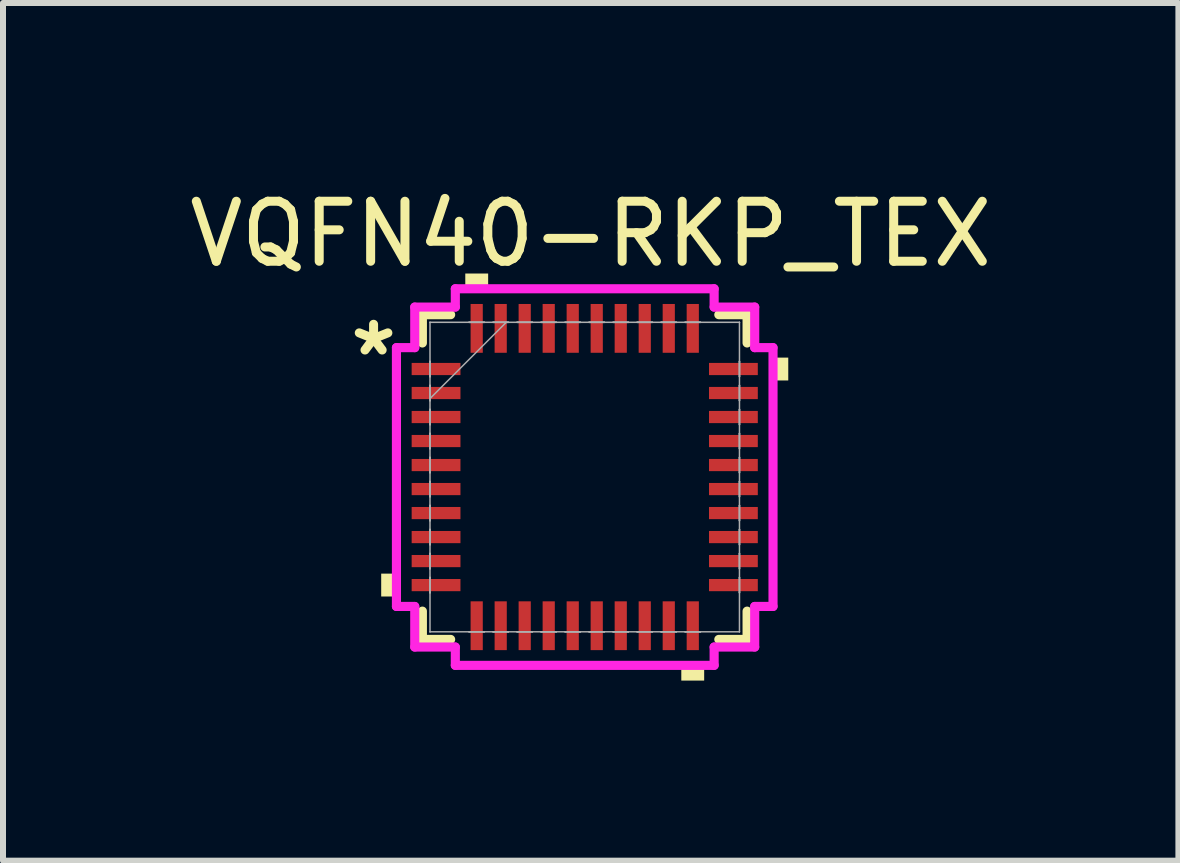
<source format=kicad_pcb>
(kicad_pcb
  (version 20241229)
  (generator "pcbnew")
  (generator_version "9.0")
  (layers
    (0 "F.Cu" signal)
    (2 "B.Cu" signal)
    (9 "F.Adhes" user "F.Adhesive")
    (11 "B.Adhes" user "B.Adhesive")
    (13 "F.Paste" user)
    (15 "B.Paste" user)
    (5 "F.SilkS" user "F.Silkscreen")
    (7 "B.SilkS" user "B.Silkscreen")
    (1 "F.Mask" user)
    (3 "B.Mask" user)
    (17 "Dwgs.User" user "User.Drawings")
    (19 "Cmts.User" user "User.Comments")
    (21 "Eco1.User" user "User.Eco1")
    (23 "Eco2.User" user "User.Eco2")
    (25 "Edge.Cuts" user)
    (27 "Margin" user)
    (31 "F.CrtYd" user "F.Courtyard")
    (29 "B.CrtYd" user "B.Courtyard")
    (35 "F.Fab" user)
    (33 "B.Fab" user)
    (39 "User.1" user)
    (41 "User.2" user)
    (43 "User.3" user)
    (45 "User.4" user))
  (footprint "VQFN40-RKP_TEX"
    (layer "F.Cu")
    (at 6.692 4.898)
    (property "Reference" "VQFN40-RKP_TEX" (at 0.1 -4.05 0) (unlocked yes) (layer "F.SilkS") (effects (font (size 1 1) (thickness 0.15))))
    (attr smd)
    (fp_line (start -2.705 -2.705) (end -2.234 -2.705) (stroke (width 0.152) (type solid)) (layer "F.SilkS"))
    (fp_line (start -2.705 -2.234) (end -2.705 -2.705) (stroke (width 0.152) (type solid)) (layer "F.SilkS"))
    (fp_line (start -2.705 2.705) (end -2.705 2.234) (stroke (width 0.152) (type solid)) (layer "F.SilkS"))
    (fp_line (start -2.234 2.705) (end -2.705 2.705) (stroke (width 0.152) (type solid)) (layer "F.SilkS"))
    (fp_line (start 2.234 -2.705) (end 2.705 -2.705) (stroke (width 0.152) (type solid)) (layer "F.SilkS"))
    (fp_line (start 2.705 -2.705) (end 2.705 -2.234) (stroke (width 0.152) (type solid)) (layer "F.SilkS"))
    (fp_line (start 2.705 2.234) (end 2.705 2.705) (stroke (width 0.152) (type solid)) (layer "F.SilkS"))
    (fp_line (start 2.705 2.705) (end 2.234 2.705) (stroke (width 0.152) (type solid)) (layer "F.SilkS"))
    (fp_poly (pts (xy -3.391 1.609) (xy -3.391 1.99) (xy -3.137 1.99) (xy -3.137 1.609)) (stroke (width 0) (type solid)) (fill yes) (layer "F.SilkS"))
    (fp_poly (pts (xy -1.99 -3.137) (xy -1.99 -3.391) (xy -1.609 -3.391) (xy -1.609 -3.137)) (stroke (width 0) (type solid)) (fill yes) (layer "F.SilkS"))
    (fp_poly (pts (xy 1.609 3.137) (xy 1.609 3.391) (xy 1.99 3.391) (xy 1.99 3.137)) (stroke (width 0) (type solid)) (fill yes) (layer "F.SilkS"))
    (fp_poly (pts (xy 3.391 -1.99) (xy 3.391 -1.609) (xy 3.137 -1.609) (xy 3.137 -1.99)) (stroke (width 0) (type solid)) (fill yes) (layer "F.SilkS"))
    (fp_line (start -3.137 -2.156) (end -3.137 2.156) (stroke (width 0.152) (type solid)) (layer "F.CrtYd"))
    (fp_line (start -3.137 2.156) (end -2.832 2.156) (stroke (width 0.152) (type solid)) (layer "F.CrtYd"))
    (fp_line (start -2.832 -2.832) (end -2.832 -2.156) (stroke (width 0.152) (type solid)) (layer "F.CrtYd"))
    (fp_line (start -2.832 -2.156) (end -3.137 -2.156) (stroke (width 0.152) (type solid)) (layer "F.CrtYd"))
    (fp_line (start -2.832 2.156) (end -2.832 2.832) (stroke (width 0.152) (type solid)) (layer "F.CrtYd"))
    (fp_line (start -2.832 2.832) (end -2.156 2.832) (stroke (width 0.152) (type solid)) (layer "F.CrtYd"))
    (fp_line (start -2.156 -3.137) (end -2.156 -2.832) (stroke (width 0.152) (type solid)) (layer "F.CrtYd"))
    (fp_line (start -2.156 -2.832) (end -2.832 -2.832) (stroke (width 0.152) (type solid)) (layer "F.CrtYd"))
    (fp_line (start -2.156 2.832) (end -2.156 3.137) (stroke (width 0.152) (type solid)) (layer "F.CrtYd"))
    (fp_line (start -2.156 3.137) (end 2.156 3.137) (stroke (width 0.152) (type solid)) (layer "F.CrtYd"))
    (fp_line (start 2.156 -3.137) (end -2.156 -3.137) (stroke (width 0.152) (type solid)) (layer "F.CrtYd"))
    (fp_line (start 2.156 -2.832) (end 2.156 -3.137) (stroke (width 0.152) (type solid)) (layer "F.CrtYd"))
    (fp_line (start 2.156 2.832) (end 2.832 2.832) (stroke (width 0.152) (type solid)) (layer "F.CrtYd"))
    (fp_line (start 2.156 3.137) (end 2.156 2.832) (stroke (width 0.152) (type solid)) (layer "F.CrtYd"))
    (fp_line (start 2.832 -2.832) (end 2.156 -2.832) (stroke (width 0.152) (type solid)) (layer "F.CrtYd"))
    (fp_line (start 2.832 -2.156) (end 2.832 -2.832) (stroke (width 0.152) (type solid)) (layer "F.CrtYd"))
    (fp_line (start 2.832 2.156) (end 3.137 2.156) (stroke (width 0.152) (type solid)) (layer "F.CrtYd"))
    (fp_line (start 2.832 2.832) (end 2.832 2.156) (stroke (width 0.152) (type solid)) (layer "F.CrtYd"))
    (fp_line (start 3.137 -2.156) (end 2.832 -2.156) (stroke (width 0.152) (type solid)) (layer "F.CrtYd"))
    (fp_line (start 3.137 2.156) (end 3.137 -2.156) (stroke (width 0.152) (type solid)) (layer "F.CrtYd"))
    (fp_line (start -2.578 -2.578) (end -2.578 -2.578) (stroke (width 0.025) (type solid)) (layer "F.Fab"))
    (fp_line (start -2.578 -2.578) (end 2.578 -2.578) (stroke (width 0.025) (type solid)) (layer "F.Fab"))
    (fp_line (start -2.578 -1.927) (end -2.578 -1.927) (stroke (width 0.025) (type solid)) (layer "F.Fab"))
    (fp_line (start -2.578 -1.927) (end -2.578 -1.673) (stroke (width 0.025) (type solid)) (layer "F.Fab"))
    (fp_line (start -2.578 -1.673) (end -2.578 -1.927) (stroke (width 0.025) (type solid)) (layer "F.Fab"))
    (fp_line (start -2.578 -1.673) (end -2.578 -1.673) (stroke (width 0.025) (type solid)) (layer "F.Fab"))
    (fp_line (start -2.578 -1.527) (end -2.578 -1.527) (stroke (width 0.025) (type solid)) (layer "F.Fab"))
    (fp_line (start -2.578 -1.527) (end -2.578 -1.273) (stroke (width 0.025) (type solid)) (layer "F.Fab"))
    (fp_line (start -2.578 -1.273) (end -2.578 -1.527) (stroke (width 0.025) (type solid)) (layer "F.Fab"))
    (fp_line (start -2.578 -1.273) (end -2.578 -1.273) (stroke (width 0.025) (type solid)) (layer "F.Fab"))
    (fp_line (start -2.578 -1.127) (end -2.578 -1.127) (stroke (width 0.025) (type solid)) (layer "F.Fab"))
    (fp_line (start -2.578 -1.127) (end -2.578 -0.873) (stroke (width 0.025) (type solid)) (layer "F.Fab"))
    (fp_line (start -2.578 -0.873) (end -2.578 -1.127) (stroke (width 0.025) (type solid)) (layer "F.Fab"))
    (fp_line (start -2.578 -0.873) (end -2.578 -0.873) (stroke (width 0.025) (type solid)) (layer "F.Fab"))
    (fp_line (start -2.578 -0.727) (end -2.578 -0.727) (stroke (width 0.025) (type solid)) (layer "F.Fab"))
    (fp_line (start -2.578 -0.727) (end -2.578 -0.473) (stroke (width 0.025) (type solid)) (layer "F.Fab"))
    (fp_line (start -2.578 -0.473) (end -2.578 -0.727) (stroke (width 0.025) (type solid)) (layer "F.Fab"))
    (fp_line (start -2.578 -0.473) (end -2.578 -0.473) (stroke (width 0.025) (type solid)) (layer "F.Fab"))
    (fp_line (start -2.578 -0.327) (end -2.578 -0.327) (stroke (width 0.025) (type solid)) (layer "F.Fab"))
    (fp_line (start -2.578 -0.327) (end -2.578 -0.073) (stroke (width 0.025) (type solid)) (layer "F.Fab"))
    (fp_line (start -2.578 -0.073) (end -2.578 -0.327) (stroke (width 0.025) (type solid)) (layer "F.Fab"))
    (fp_line (start -2.578 -0.073) (end -2.578 -0.073) (stroke (width 0.025) (type solid)) (layer "F.Fab"))
    (fp_line (start -2.578 0.073) (end -2.578 0.073) (stroke (width 0.025) (type solid)) (layer "F.Fab"))
    (fp_line (start -2.578 0.073) (end -2.578 0.327) (stroke (width 0.025) (type solid)) (layer "F.Fab"))
    (fp_line (start -2.578 0.327) (end -2.578 0.073) (stroke (width 0.025) (type solid)) (layer "F.Fab"))
    (fp_line (start -2.578 0.327) (end -2.578 0.327) (stroke (width 0.025) (type solid)) (layer "F.Fab"))
    (fp_line (start -2.578 0.473) (end -2.578 0.473) (stroke (width 0.025) (type solid)) (layer "F.Fab"))
    (fp_line (start -2.578 0.473) (end -2.578 0.727) (stroke (width 0.025) (type solid)) (layer "F.Fab"))
    (fp_line (start -2.578 0.727) (end -2.578 0.473) (stroke (width 0.025) (type solid)) (layer "F.Fab"))
    (fp_line (start -2.578 0.727) (end -2.578 0.727) (stroke (width 0.025) (type solid)) (layer "F.Fab"))
    (fp_line (start -2.578 0.873) (end -2.578 0.873) (stroke (width 0.025) (type solid)) (layer "F.Fab"))
    (fp_line (start -2.578 0.873) (end -2.578 1.127) (stroke (width 0.025) (type solid)) (layer "F.Fab"))
    (fp_line (start -2.578 1.127) (end -2.578 0.873) (stroke (width 0.025) (type solid)) (layer "F.Fab"))
    (fp_line (start -2.578 1.127) (end -2.578 1.127) (stroke (width 0.025) (type solid)) (layer "F.Fab"))
    (fp_line (start -2.578 1.273) (end -2.578 1.273) (stroke (width 0.025) (type solid)) (layer "F.Fab"))
    (fp_line (start -2.578 1.273) (end -2.578 1.527) (stroke (width 0.025) (type solid)) (layer "F.Fab"))
    (fp_line (start -2.578 1.527) (end -2.578 1.273) (stroke (width 0.025) (type solid)) (layer "F.Fab"))
    (fp_line (start -2.578 1.527) (end -2.578 1.527) (stroke (width 0.025) (type solid)) (layer "F.Fab"))
    (fp_line (start -2.578 1.673) (end -2.578 1.673) (stroke (width 0.025) (type solid)) (layer "F.Fab"))
    (fp_line (start -2.578 1.673) (end -2.578 1.927) (stroke (width 0.025) (type solid)) (layer "F.Fab"))
    (fp_line (start -2.578 1.927) (end -2.578 1.673) (stroke (width 0.025) (type solid)) (layer "F.Fab"))
    (fp_line (start -2.578 1.927) (end -2.578 1.927) (stroke (width 0.025) (type solid)) (layer "F.Fab"))
    (fp_line (start -2.578 2.578) (end -2.578 -2.578) (stroke (width 0.025) (type solid)) (layer "F.Fab"))
    (fp_line (start -2.578 2.578) (end -2.578 2.578) (stroke (width 0.025) (type solid)) (layer "F.Fab"))
    (fp_line (start -1.927 -2.578) (end -1.927 -2.578) (stroke (width 0.025) (type solid)) (layer "F.Fab"))
    (fp_line (start -1.927 -2.578) (end -1.673 -2.578) (stroke (width 0.025) (type solid)) (layer "F.Fab"))
    (fp_line (start -1.927 2.578) (end -1.927 2.578) (stroke (width 0.025) (type solid)) (layer "F.Fab"))
    (fp_line (start -1.927 2.578) (end -1.673 2.578) (stroke (width 0.025) (type solid)) (layer "F.Fab"))
    (fp_line (start -1.673 -2.578) (end -1.927 -2.578) (stroke (width 0.025) (type solid)) (layer "F.Fab"))
    (fp_line (start -1.673 -2.578) (end -1.673 -2.578) (stroke (width 0.025) (type solid)) (layer "F.Fab"))
    (fp_line (start -1.673 2.578) (end -1.927 2.578) (stroke (width 0.025) (type solid)) (layer "F.Fab"))
    (fp_line (start -1.673 2.578) (end -1.673 2.578) (stroke (width 0.025) (type solid)) (layer "F.Fab"))
    (fp_line (start -1.527 -2.578) (end -1.527 -2.578) (stroke (width 0.025) (type solid)) (layer "F.Fab"))
    (fp_line (start -1.527 -2.578) (end -1.273 -2.578) (stroke (width 0.025) (type solid)) (layer "F.Fab"))
    (fp_line (start -1.527 2.578) (end -1.527 2.578) (stroke (width 0.025) (type solid)) (layer "F.Fab"))
    (fp_line (start -1.527 2.578) (end -1.273 2.578) (stroke (width 0.025) (type solid)) (layer "F.Fab"))
    (fp_line (start -1.308 -2.578) (end -2.578 -1.308) (stroke (width 0.025) (type solid)) (layer "F.Fab"))
    (fp_line (start -1.273 -2.578) (end -1.527 -2.578) (stroke (width 0.025) (type solid)) (layer "F.Fab"))
    (fp_line (start -1.273 -2.578) (end -1.273 -2.578) (stroke (width 0.025) (type solid)) (layer "F.Fab"))
    (fp_line (start -1.273 2.578) (end -1.527 2.578) (stroke (width 0.025) (type solid)) (layer "F.Fab"))
    (fp_line (start -1.273 2.578) (end -1.273 2.578) (stroke (width 0.025) (type solid)) (layer "F.Fab"))
    (fp_line (start -1.127 -2.578) (end -1.127 -2.578) (stroke (width 0.025) (type solid)) (layer "F.Fab"))
    (fp_line (start -1.127 -2.578) (end -0.873 -2.578) (stroke (width 0.025) (type solid)) (layer "F.Fab"))
    (fp_line (start -1.127 2.578) (end -1.127 2.578) (stroke (width 0.025) (type solid)) (layer "F.Fab"))
    (fp_line (start -1.127 2.578) (end -0.873 2.578) (stroke (width 0.025) (type solid)) (layer "F.Fab"))
    (fp_line (start -0.873 -2.578) (end -1.127 -2.578) (stroke (width 0.025) (type solid)) (layer "F.Fab"))
    (fp_line (start -0.873 -2.578) (end -0.873 -2.578) (stroke (width 0.025) (type solid)) (layer "F.Fab"))
    (fp_line (start -0.873 2.578) (end -1.127 2.578) (stroke (width 0.025) (type solid)) (layer "F.Fab"))
    (fp_line (start -0.873 2.578) (end -0.873 2.578) (stroke (width 0.025) (type solid)) (layer "F.Fab"))
    (fp_line (start -0.727 -2.578) (end -0.727 -2.578) (stroke (width 0.025) (type solid)) (layer "F.Fab"))
    (fp_line (start -0.727 -2.578) (end -0.473 -2.578) (stroke (width 0.025) (type solid)) (layer "F.Fab"))
    (fp_line (start -0.727 2.578) (end -0.727 2.578) (stroke (width 0.025) (type solid)) (layer "F.Fab"))
    (fp_line (start -0.727 2.578) (end -0.473 2.578) (stroke (width 0.025) (type solid)) (layer "F.Fab"))
    (fp_line (start -0.473 -2.578) (end -0.727 -2.578) (stroke (width 0.025) (type solid)) (layer "F.Fab"))
    (fp_line (start -0.473 -2.578) (end -0.473 -2.578) (stroke (width 0.025) (type solid)) (layer "F.Fab"))
    (fp_line (start -0.473 2.578) (end -0.727 2.578) (stroke (width 0.025) (type solid)) (layer "F.Fab"))
    (fp_line (start -0.473 2.578) (end -0.473 2.578) (stroke (width 0.025) (type solid)) (layer "F.Fab"))
    (fp_line (start -0.327 -2.578) (end -0.327 -2.578) (stroke (width 0.025) (type solid)) (layer "F.Fab"))
    (fp_line (start -0.327 -2.578) (end -0.073 -2.578) (stroke (width 0.025) (type solid)) (layer "F.Fab"))
    (fp_line (start -0.327 2.578) (end -0.327 2.578) (stroke (width 0.025) (type solid)) (layer "F.Fab"))
    (fp_line (start -0.327 2.578) (end -0.073 2.578) (stroke (width 0.025) (type solid)) (layer "F.Fab"))
    (fp_line (start -0.073 -2.578) (end -0.327 -2.578) (stroke (width 0.025) (type solid)) (layer "F.Fab"))
    (fp_line (start -0.073 -2.578) (end -0.073 -2.578) (stroke (width 0.025) (type solid)) (layer "F.Fab"))
    (fp_line (start -0.073 2.578) (end -0.327 2.578) (stroke (width 0.025) (type solid)) (layer "F.Fab"))
    (fp_line (start -0.073 2.578) (end -0.073 2.578) (stroke (width 0.025) (type solid)) (layer "F.Fab"))
    (fp_line (start 0.073 -2.578) (end 0.073 -2.578) (stroke (width 0.025) (type solid)) (layer "F.Fab"))
    (fp_line (start 0.073 -2.578) (end 0.327 -2.578) (stroke (width 0.025) (type solid)) (layer "F.Fab"))
    (fp_line (start 0.073 2.578) (end 0.073 2.578) (stroke (width 0.025) (type solid)) (layer "F.Fab"))
    (fp_line (start 0.073 2.578) (end 0.327 2.578) (stroke (width 0.025) (type solid)) (layer "F.Fab"))
    (fp_line (start 0.327 -2.578) (end 0.073 -2.578) (stroke (width 0.025) (type solid)) (layer "F.Fab"))
    (fp_line (start 0.327 -2.578) (end 0.327 -2.578) (stroke (width 0.025) (type solid)) (layer "F.Fab"))
    (fp_line (start 0.327 2.578) (end 0.073 2.578) (stroke (width 0.025) (type solid)) (layer "F.Fab"))
    (fp_line (start 0.327 2.578) (end 0.327 2.578) (stroke (width 0.025) (type solid)) (layer "F.Fab"))
    (fp_line (start 0.473 -2.578) (end 0.473 -2.578) (stroke (width 0.025) (type solid)) (layer "F.Fab"))
    (fp_line (start 0.473 -2.578) (end 0.727 -2.578) (stroke (width 0.025) (type solid)) (layer "F.Fab"))
    (fp_line (start 0.473 2.578) (end 0.473 2.578) (stroke (width 0.025) (type solid)) (layer "F.Fab"))
    (fp_line (start 0.473 2.578) (end 0.727 2.578) (stroke (width 0.025) (type solid)) (layer "F.Fab"))
    (fp_line (start 0.727 -2.578) (end 0.473 -2.578) (stroke (width 0.025) (type solid)) (layer "F.Fab"))
    (fp_line (start 0.727 -2.578) (end 0.727 -2.578) (stroke (width 0.025) (type solid)) (layer "F.Fab"))
    (fp_line (start 0.727 2.578) (end 0.473 2.578) (stroke (width 0.025) (type solid)) (layer "F.Fab"))
    (fp_line (start 0.727 2.578) (end 0.727 2.578) (stroke (width 0.025) (type solid)) (layer "F.Fab"))
    (fp_line (start 0.873 -2.578) (end 0.873 -2.578) (stroke (width 0.025) (type solid)) (layer "F.Fab"))
    (fp_line (start 0.873 -2.578) (end 1.127 -2.578) (stroke (width 0.025) (type solid)) (layer "F.Fab"))
    (fp_line (start 0.873 2.578) (end 0.873 2.578) (stroke (width 0.025) (type solid)) (layer "F.Fab"))
    (fp_line (start 0.873 2.578) (end 1.127 2.578) (stroke (width 0.025) (type solid)) (layer "F.Fab"))
    (fp_line (start 1.127 -2.578) (end 0.873 -2.578) (stroke (width 0.025) (type solid)) (layer "F.Fab"))
    (fp_line (start 1.127 -2.578) (end 1.127 -2.578) (stroke (width 0.025) (type solid)) (layer "F.Fab"))
    (fp_line (start 1.127 2.578) (end 0.873 2.578) (stroke (width 0.025) (type solid)) (layer "F.Fab"))
    (fp_line (start 1.127 2.578) (end 1.127 2.578) (stroke (width 0.025) (type solid)) (layer "F.Fab"))
    (fp_line (start 1.273 -2.578) (end 1.273 -2.578) (stroke (width 0.025) (type solid)) (layer "F.Fab"))
    (fp_line (start 1.273 -2.578) (end 1.527 -2.578) (stroke (width 0.025) (type solid)) (layer "F.Fab"))
    (fp_line (start 1.273 2.578) (end 1.273 2.578) (stroke (width 0.025) (type solid)) (layer "F.Fab"))
    (fp_line (start 1.273 2.578) (end 1.527 2.578) (stroke (width 0.025) (type solid)) (layer "F.Fab"))
    (fp_line (start 1.527 -2.578) (end 1.273 -2.578) (stroke (width 0.025) (type solid)) (layer "F.Fab"))
    (fp_line (start 1.527 -2.578) (end 1.527 -2.578) (stroke (width 0.025) (type solid)) (layer "F.Fab"))
    (fp_line (start 1.527 2.578) (end 1.273 2.578) (stroke (width 0.025) (type solid)) (layer "F.Fab"))
    (fp_line (start 1.527 2.578) (end 1.527 2.578) (stroke (width 0.025) (type solid)) (layer "F.Fab"))
    (fp_line (start 1.673 -2.578) (end 1.673 -2.578) (stroke (width 0.025) (type solid)) (layer "F.Fab"))
    (fp_line (start 1.673 -2.578) (end 1.927 -2.578) (stroke (width 0.025) (type solid)) (layer "F.Fab"))
    (fp_line (start 1.673 2.578) (end 1.673 2.578) (stroke (width 0.025) (type solid)) (layer "F.Fab"))
    (fp_line (start 1.673 2.578) (end 1.927 2.578) (stroke (width 0.025) (type solid)) (layer "F.Fab"))
    (fp_line (start 1.927 -2.578) (end 1.673 -2.578) (stroke (width 0.025) (type solid)) (layer "F.Fab"))
    (fp_line (start 1.927 -2.578) (end 1.927 -2.578) (stroke (width 0.025) (type solid)) (layer "F.Fab"))
    (fp_line (start 1.927 2.578) (end 1.673 2.578) (stroke (width 0.025) (type solid)) (layer "F.Fab"))
    (fp_line (start 1.927 2.578) (end 1.927 2.578) (stroke (width 0.025) (type solid)) (layer "F.Fab"))
    (fp_line (start 2.578 -2.578) (end 2.578 -2.578) (stroke (width 0.025) (type solid)) (layer "F.Fab"))
    (fp_line (start 2.578 -2.578) (end 2.578 2.578) (stroke (width 0.025) (type solid)) (layer "F.Fab"))
    (fp_line (start 2.578 -1.927) (end 2.578 -1.927) (stroke (width 0.025) (type solid)) (layer "F.Fab"))
    (fp_line (start 2.578 -1.927) (end 2.578 -1.673) (stroke (width 0.025) (type solid)) (layer "F.Fab"))
    (fp_line (start 2.578 -1.673) (end 2.578 -1.927) (stroke (width 0.025) (type solid)) (layer "F.Fab"))
    (fp_line (start 2.578 -1.673) (end 2.578 -1.673) (stroke (width 0.025) (type solid)) (layer "F.Fab"))
    (fp_line (start 2.578 -1.527) (end 2.578 -1.527) (stroke (width 0.025) (type solid)) (layer "F.Fab"))
    (fp_line (start 2.578 -1.527) (end 2.578 -1.273) (stroke (width 0.025) (type solid)) (layer "F.Fab"))
    (fp_line (start 2.578 -1.273) (end 2.578 -1.527) (stroke (width 0.025) (type solid)) (layer "F.Fab"))
    (fp_line (start 2.578 -1.273) (end 2.578 -1.273) (stroke (width 0.025) (type solid)) (layer "F.Fab"))
    (fp_line (start 2.578 -1.127) (end 2.578 -1.127) (stroke (width 0.025) (type solid)) (layer "F.Fab"))
    (fp_line (start 2.578 -1.127) (end 2.578 -0.873) (stroke (width 0.025) (type solid)) (layer "F.Fab"))
    (fp_line (start 2.578 -0.873) (end 2.578 -1.127) (stroke (width 0.025) (type solid)) (layer "F.Fab"))
    (fp_line (start 2.578 -0.873) (end 2.578 -0.873) (stroke (width 0.025) (type solid)) (layer "F.Fab"))
    (fp_line (start 2.578 -0.727) (end 2.578 -0.727) (stroke (width 0.025) (type solid)) (layer "F.Fab"))
    (fp_line (start 2.578 -0.727) (end 2.578 -0.473) (stroke (width 0.025) (type solid)) (layer "F.Fab"))
    (fp_line (start 2.578 -0.473) (end 2.578 -0.727) (stroke (width 0.025) (type solid)) (layer "F.Fab"))
    (fp_line (start 2.578 -0.473) (end 2.578 -0.473) (stroke (width 0.025) (type solid)) (layer "F.Fab"))
    (fp_line (start 2.578 -0.327) (end 2.578 -0.327) (stroke (width 0.025) (type solid)) (layer "F.Fab"))
    (fp_line (start 2.578 -0.327) (end 2.578 -0.073) (stroke (width 0.025) (type solid)) (layer "F.Fab"))
    (fp_line (start 2.578 -0.073) (end 2.578 -0.327) (stroke (width 0.025) (type solid)) (layer "F.Fab"))
    (fp_line (start 2.578 -0.073) (end 2.578 -0.073) (stroke (width 0.025) (type solid)) (layer "F.Fab"))
    (fp_line (start 2.578 0.073) (end 2.578 0.073) (stroke (width 0.025) (type solid)) (layer "F.Fab"))
    (fp_line (start 2.578 0.073) (end 2.578 0.327) (stroke (width 0.025) (type solid)) (layer "F.Fab"))
    (fp_line (start 2.578 0.327) (end 2.578 0.073) (stroke (width 0.025) (type solid)) (layer "F.Fab"))
    (fp_line (start 2.578 0.327) (end 2.578 0.327) (stroke (width 0.025) (type solid)) (layer "F.Fab"))
    (fp_line (start 2.578 0.473) (end 2.578 0.473) (stroke (width 0.025) (type solid)) (layer "F.Fab"))
    (fp_line (start 2.578 0.473) (end 2.578 0.727) (stroke (width 0.025) (type solid)) (layer "F.Fab"))
    (fp_line (start 2.578 0.727) (end 2.578 0.473) (stroke (width 0.025) (type solid)) (layer "F.Fab"))
    (fp_line (start 2.578 0.727) (end 2.578 0.727) (stroke (width 0.025) (type solid)) (layer "F.Fab"))
    (fp_line (start 2.578 0.873) (end 2.578 0.873) (stroke (width 0.025) (type solid)) (layer "F.Fab"))
    (fp_line (start 2.578 0.873) (end 2.578 1.127) (stroke (width 0.025) (type solid)) (layer "F.Fab"))
    (fp_line (start 2.578 1.127) (end 2.578 0.873) (stroke (width 0.025) (type solid)) (layer "F.Fab"))
    (fp_line (start 2.578 1.127) (end 2.578 1.127) (stroke (width 0.025) (type solid)) (layer "F.Fab"))
    (fp_line (start 2.578 1.273) (end 2.578 1.273) (stroke (width 0.025) (type solid)) (layer "F.Fab"))
    (fp_line (start 2.578 1.273) (end 2.578 1.527) (stroke (width 0.025) (type solid)) (layer "F.Fab"))
    (fp_line (start 2.578 1.527) (end 2.578 1.273) (stroke (width 0.025) (type solid)) (layer "F.Fab"))
    (fp_line (start 2.578 1.527) (end 2.578 1.527) (stroke (width 0.025) (type solid)) (layer "F.Fab"))
    (fp_line (start 2.578 1.673) (end 2.578 1.673) (stroke (width 0.025) (type solid)) (layer "F.Fab"))
    (fp_line (start 2.578 1.673) (end 2.578 1.927) (stroke (width 0.025) (type solid)) (layer "F.Fab"))
    (fp_line (start 2.578 1.927) (end 2.578 1.673) (stroke (width 0.025) (type solid)) (layer "F.Fab"))
    (fp_line (start 2.578 1.927) (end 2.578 1.927) (stroke (width 0.025) (type solid)) (layer "F.Fab"))
    (fp_line (start 2.578 2.578) (end -2.578 2.578) (stroke (width 0.025) (type solid)) (layer "F.Fab"))
    (fp_line (start 2.578 2.578) (end 2.578 2.578) (stroke (width 0.025) (type solid)) (layer "F.Fab"))
    (fp_text user "*" (at -3.518 -2 0) (unlocked yes) (layer "F.SilkS") (effects (font (size 1 1) (thickness 0.15))))
    (pad "1" smd rect (at -2.477 -1.8 90) (size 0.203 0.813) (layers "F.Cu" "F.Mask" "F.Paste"))
    (pad "2" smd rect (at -2.477 -1.4 90) (size 0.203 0.813) (layers "F.Cu" "F.Mask" "F.Paste"))
    (pad "3" smd rect (at -2.477 -1 90) (size 0.203 0.813) (layers "F.Cu" "F.Mask" "F.Paste"))
    (pad "4" smd rect (at -2.477 -0.6 90) (size 0.203 0.813) (layers "F.Cu" "F.Mask" "F.Paste"))
    (pad "5" smd rect (at -2.477 -0.2 90) (size 0.203 0.813) (layers "F.Cu" "F.Mask" "F.Paste"))
    (pad "6" smd rect (at -2.477 0.2 90) (size 0.203 0.813) (layers "F.Cu" "F.Mask" "F.Paste"))
    (pad "7" smd rect (at -2.477 0.6 90) (size 0.203 0.813) (layers "F.Cu" "F.Mask" "F.Paste"))
    (pad "8" smd rect (at -2.477 1 90) (size 0.203 0.813) (layers "F.Cu" "F.Mask" "F.Paste"))
    (pad "9" smd rect (at -2.477 1.4 90) (size 0.203 0.813) (layers "F.Cu" "F.Mask" "F.Paste"))
    (pad "10" smd rect (at -2.477 1.8 90) (size 0.203 0.813) (layers "F.Cu" "F.Mask" "F.Paste"))
    (pad "11" smd rect (at -1.8 2.477) (size 0.203 0.813) (layers "F.Cu" "F.Mask" "F.Paste"))
    (pad "12" smd rect (at -1.4 2.477) (size 0.203 0.813) (layers "F.Cu" "F.Mask" "F.Paste"))
    (pad "13" smd rect (at -1 2.477) (size 0.203 0.813) (layers "F.Cu" "F.Mask" "F.Paste"))
    (pad "14" smd rect (at -0.6 2.477) (size 0.203 0.813) (layers "F.Cu" "F.Mask" "F.Paste"))
    (pad "15" smd rect (at -0.2 2.477) (size 0.203 0.813) (layers "F.Cu" "F.Mask" "F.Paste"))
    (pad "16" smd rect (at 0.2 2.477) (size 0.203 0.813) (layers "F.Cu" "F.Mask" "F.Paste"))
    (pad "17" smd rect (at 0.6 2.477) (size 0.203 0.813) (layers "F.Cu" "F.Mask" "F.Paste"))
    (pad "18" smd rect (at 1 2.477) (size 0.203 0.813) (layers "F.Cu" "F.Mask" "F.Paste"))
    (pad "19" smd rect (at 1.4 2.477) (size 0.203 0.813) (layers "F.Cu" "F.Mask" "F.Paste"))
    (pad "20" smd rect (at 1.8 2.477) (size 0.203 0.813) (layers "F.Cu" "F.Mask" "F.Paste"))
    (pad "21" smd rect (at 2.477 1.8 90) (size 0.203 0.813) (layers "F.Cu" "F.Mask" "F.Paste"))
    (pad "22" smd rect (at 2.477 1.4 90) (size 0.203 0.813) (layers "F.Cu" "F.Mask" "F.Paste"))
    (pad "23" smd rect (at 2.477 1 90) (size 0.203 0.813) (layers "F.Cu" "F.Mask" "F.Paste"))
    (pad "24" smd rect (at 2.477 0.6 90) (size 0.203 0.813) (layers "F.Cu" "F.Mask" "F.Paste"))
    (pad "25" smd rect (at 2.477 0.2 90) (size 0.203 0.813) (layers "F.Cu" "F.Mask" "F.Paste"))
    (pad "26" smd rect (at 2.477 -0.2 90) (size 0.203 0.813) (layers "F.Cu" "F.Mask" "F.Paste"))
    (pad "27" smd rect (at 2.477 -0.6 90) (size 0.203 0.813) (layers "F.Cu" "F.Mask" "F.Paste"))
    (pad "28" smd rect (at 2.477 -1 90) (size 0.203 0.813) (layers "F.Cu" "F.Mask" "F.Paste"))
    (pad "29" smd rect (at 2.477 -1.4 90) (size 0.203 0.813) (layers "F.Cu" "F.Mask" "F.Paste"))
    (pad "30" smd rect (at 2.477 -1.8 90) (size 0.203 0.813) (layers "F.Cu" "F.Mask" "F.Paste"))
    (pad "31" smd rect (at 1.8 -2.477) (size 0.203 0.813) (layers "F.Cu" "F.Mask" "F.Paste"))
    (pad "32" smd rect (at 1.4 -2.477) (size 0.203 0.813) (layers "F.Cu" "F.Mask" "F.Paste"))
    (pad "33" smd rect (at 1 -2.477) (size 0.203 0.813) (layers "F.Cu" "F.Mask" "F.Paste"))
    (pad "34" smd rect (at 0.6 -2.477) (size 0.203 0.813) (layers "F.Cu" "F.Mask" "F.Paste"))
    (pad "35" smd rect (at 0.2 -2.477) (size 0.203 0.813) (layers "F.Cu" "F.Mask" "F.Paste"))
    (pad "36" smd rect (at -0.2 -2.477) (size 0.203 0.813) (layers "F.Cu" "F.Mask" "F.Paste"))
    (pad "37" smd rect (at -0.6 -2.477) (size 0.203 0.813) (layers "F.Cu" "F.Mask" "F.Paste"))
    (pad "38" smd rect (at -1 -2.477) (size 0.203 0.813) (layers "F.Cu" "F.Mask" "F.Paste"))
    (pad "39" smd rect (at -1.4 -2.477) (size 0.203 0.813) (layers "F.Cu" "F.Mask" "F.Paste"))
    (pad "40" smd rect (at -1.8 -2.477) (size 0.203 0.813) (layers "F.Cu" "F.Mask" "F.Paste")))
  (gr_rect
    (start -3 -3)
    (end 16.583 11.289)
    (stroke (width 0.1) (type default))
    (fill no)
    (layer "Edge.Cuts")))
</source>
